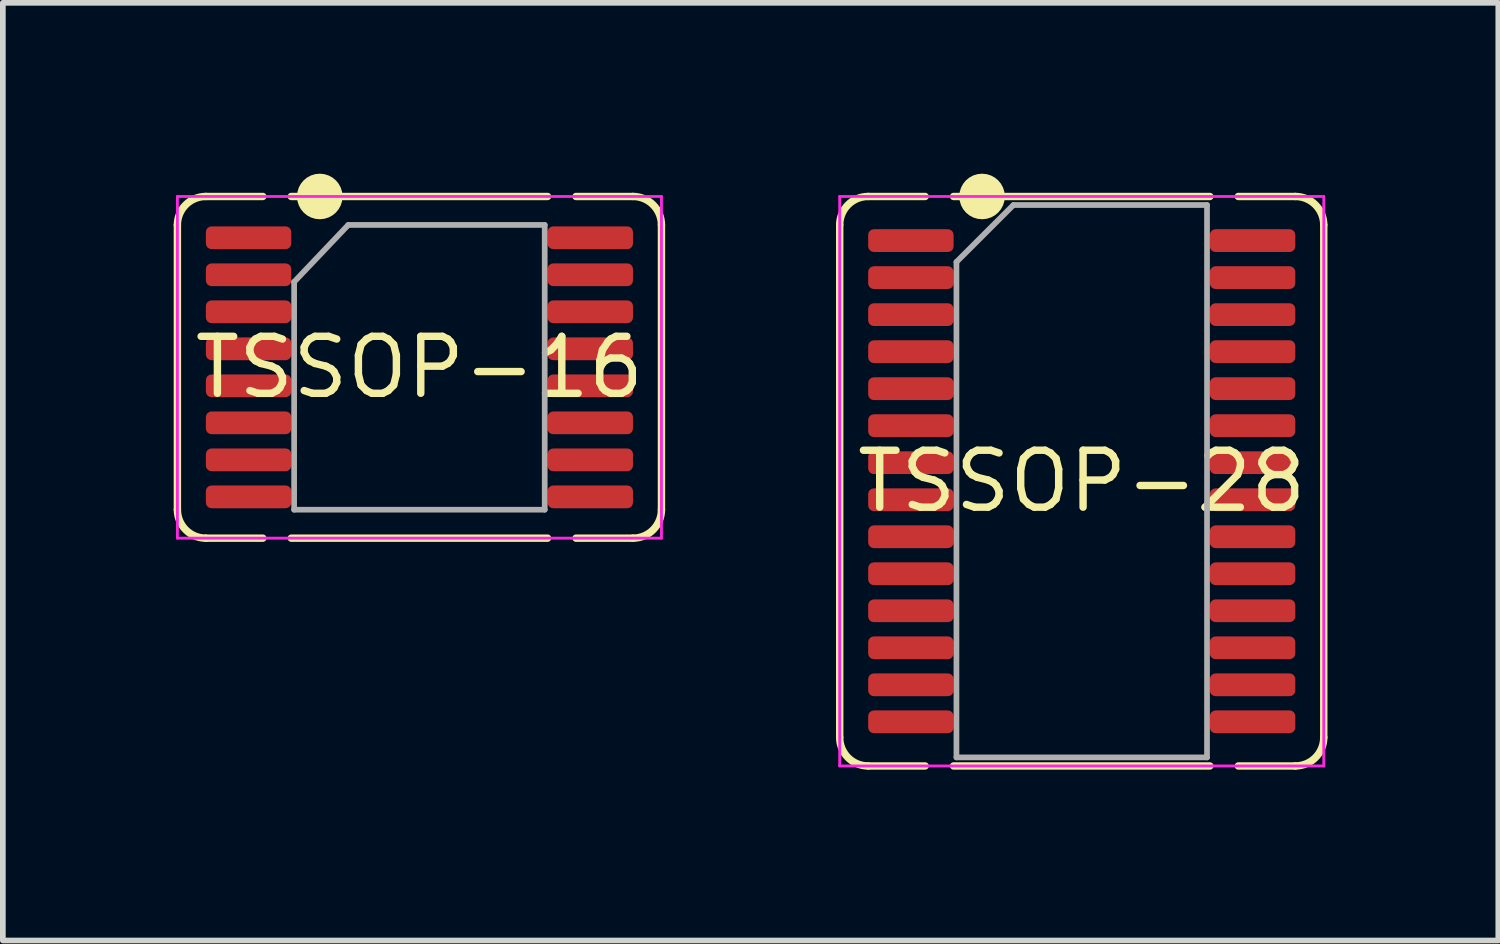
<source format=kicad_pcb>
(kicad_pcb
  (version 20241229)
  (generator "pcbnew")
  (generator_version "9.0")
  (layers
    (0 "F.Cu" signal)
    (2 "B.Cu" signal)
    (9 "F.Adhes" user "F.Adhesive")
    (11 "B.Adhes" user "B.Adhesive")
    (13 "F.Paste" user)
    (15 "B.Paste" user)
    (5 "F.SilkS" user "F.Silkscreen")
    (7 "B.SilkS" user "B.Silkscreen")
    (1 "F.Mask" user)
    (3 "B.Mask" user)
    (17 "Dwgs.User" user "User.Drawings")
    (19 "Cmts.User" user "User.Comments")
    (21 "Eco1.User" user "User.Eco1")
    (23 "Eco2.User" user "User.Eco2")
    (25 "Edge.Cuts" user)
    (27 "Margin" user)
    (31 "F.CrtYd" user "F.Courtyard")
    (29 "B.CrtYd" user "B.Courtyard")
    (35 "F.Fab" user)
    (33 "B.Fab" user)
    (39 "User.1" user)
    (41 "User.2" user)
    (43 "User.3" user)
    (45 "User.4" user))
  (footprint "TSSOP-28"
    (layer "F.Cu")
    (at 15.945 5.4)
    (property "Reference" "TSSOP-28" (at 0 0 0) (layer "F.SilkS") (effects (font (size 1 1) (thickness 0.13))))
    (attr smd)
    (fp_line (start -4.25 4.5) (end -4.25 -4.5) (stroke (width 0.13) (type solid)) (layer "F.SilkS"))
    (fp_line (start -2.75 -5) (end -3.75 -5) (stroke (width 0.13) (type solid)) (layer "F.SilkS"))
    (fp_line (start -2.75 5) (end -3.75 5) (stroke (width 0.13) (type solid)) (layer "F.SilkS"))
    (fp_line (start 2.25 -5) (end -2.25 -5) (stroke (width 0.13) (type solid)) (layer "F.SilkS"))
    (fp_line (start 2.25 5) (end -2.25 5) (stroke (width 0.13) (type solid)) (layer "F.SilkS"))
    (fp_line (start 3.75 -5) (end 2.75 -5) (stroke (width 0.13) (type solid)) (layer "F.SilkS"))
    (fp_line (start 3.75 5) (end 2.75 5) (stroke (width 0.13) (type solid)) (layer "F.SilkS"))
    (fp_line (start 4.25 -4.5) (end 4.25 4.5) (stroke (width 0.13) (type solid)) (layer "F.SilkS"))
    (fp_arc (start -4.25 -4.5) (mid -4.103553 -4.853553) (end -3.75 -5) (stroke (width 0.13) (type solid)) (layer "F.SilkS"))
    (fp_arc (start -3.75 5) (mid -4.103553 4.853553) (end -4.25 4.5) (stroke (width 0.13) (type solid)) (layer "F.SilkS"))
    (fp_arc (start 3.75 -5) (mid 4.103553 -4.853553) (end 4.25 -4.5) (stroke (width 0.13) (type solid)) (layer "F.SilkS"))
    (fp_arc (start 4.25 4.5) (mid 4.103553 4.853553) (end 3.75 5) (stroke (width 0.13) (type solid)) (layer "F.SilkS"))
    (fp_circle (center -1.75 -5) (end -1.55 -5) (stroke (width 0.4) (type solid)) (fill no) (layer "F.SilkS"))
    (fp_line (start -4.25 -5) (end 4.25 -5) (stroke (width 0.05) (type solid)) (layer "F.CrtYd"))
    (fp_line (start -4.25 5) (end -4.25 -5) (stroke (width 0.05) (type solid)) (layer "F.CrtYd"))
    (fp_line (start 4.25 -5) (end 4.25 5) (stroke (width 0.05) (type solid)) (layer "F.CrtYd"))
    (fp_line (start 4.25 5) (end -4.25 5) (stroke (width 0.05) (type solid)) (layer "F.CrtYd"))
    (fp_line (start -2.2 -3.85) (end -1.2 -4.85) (stroke (width 0.1) (type solid)) (layer "F.Fab"))
    (fp_line (start -2.2 4.85) (end -2.2 -3.85) (stroke (width 0.1) (type solid)) (layer "F.Fab"))
    (fp_line (start -1.2 -4.85) (end 2.2 -4.85) (stroke (width 0.1) (type solid)) (layer "F.Fab"))
    (fp_line (start 2.2 -4.85) (end 2.2 4.85) (stroke (width 0.1) (type solid)) (layer "F.Fab"))
    (fp_line (start 2.2 4.85) (end -2.2 4.85) (stroke (width 0.1) (type solid)) (layer "F.Fab"))
    (pad "1" smd roundrect (at -3 -4.225) (size 1.5 0.4) (layers "F.Cu" "F.Mask" "F.Paste") (roundrect_rratio 0.25))
    (pad "2" smd roundrect (at -3 -3.575) (size 1.5 0.4) (layers "F.Cu" "F.Mask" "F.Paste") (roundrect_rratio 0.25))
    (pad "3" smd roundrect (at -3 -2.925) (size 1.5 0.4) (layers "F.Cu" "F.Mask" "F.Paste") (roundrect_rratio 0.25))
    (pad "4" smd roundrect (at -3 -2.275) (size 1.5 0.4) (layers "F.Cu" "F.Mask" "F.Paste") (roundrect_rratio 0.25))
    (pad "5" smd roundrect (at -3 -1.625) (size 1.5 0.4) (layers "F.Cu" "F.Mask" "F.Paste") (roundrect_rratio 0.25))
    (pad "6" smd roundrect (at -3 -0.975) (size 1.5 0.4) (layers "F.Cu" "F.Mask" "F.Paste") (roundrect_rratio 0.25))
    (pad "7" smd roundrect (at -3 -0.325) (size 1.5 0.4) (layers "F.Cu" "F.Mask" "F.Paste") (roundrect_rratio 0.25))
    (pad "8" smd roundrect (at -3 0.325) (size 1.5 0.4) (layers "F.Cu" "F.Mask" "F.Paste") (roundrect_rratio 0.25))
    (pad "9" smd roundrect (at -3 0.975) (size 1.5 0.4) (layers "F.Cu" "F.Mask" "F.Paste") (roundrect_rratio 0.25))
    (pad "10" smd roundrect (at -3 1.625) (size 1.5 0.4) (layers "F.Cu" "F.Mask" "F.Paste") (roundrect_rratio 0.25))
    (pad "11" smd roundrect (at -3 2.275) (size 1.5 0.4) (layers "F.Cu" "F.Mask" "F.Paste") (roundrect_rratio 0.25))
    (pad "12" smd roundrect (at -3 2.925) (size 1.5 0.4) (layers "F.Cu" "F.Mask" "F.Paste") (roundrect_rratio 0.25))
    (pad "13" smd roundrect (at -3 3.575) (size 1.5 0.4) (layers "F.Cu" "F.Mask" "F.Paste") (roundrect_rratio 0.25))
    (pad "14" smd roundrect (at -3 4.225) (size 1.5 0.4) (layers "F.Cu" "F.Mask" "F.Paste") (roundrect_rratio 0.25))
    (pad "15" smd roundrect (at 3 4.225) (size 1.5 0.4) (layers "F.Cu" "F.Mask" "F.Paste") (roundrect_rratio 0.25))
    (pad "16" smd roundrect (at 3 3.575) (size 1.5 0.4) (layers "F.Cu" "F.Mask" "F.Paste") (roundrect_rratio 0.25))
    (pad "17" smd roundrect (at 3 2.925) (size 1.5 0.4) (layers "F.Cu" "F.Mask" "F.Paste") (roundrect_rratio 0.25))
    (pad "18" smd roundrect (at 3 2.275) (size 1.5 0.4) (layers "F.Cu" "F.Mask" "F.Paste") (roundrect_rratio 0.25))
    (pad "19" smd roundrect (at 3 1.625) (size 1.5 0.4) (layers "F.Cu" "F.Mask" "F.Paste") (roundrect_rratio 0.25))
    (pad "20" smd roundrect (at 3 0.975) (size 1.5 0.4) (layers "F.Cu" "F.Mask" "F.Paste") (roundrect_rratio 0.25))
    (pad "21" smd roundrect (at 3 0.325) (size 1.5 0.4) (layers "F.Cu" "F.Mask" "F.Paste") (roundrect_rratio 0.25))
    (pad "22" smd roundrect (at 3 -0.325) (size 1.5 0.4) (layers "F.Cu" "F.Mask" "F.Paste") (roundrect_rratio 0.25))
    (pad "23" smd roundrect (at 3 -0.975) (size 1.5 0.4) (layers "F.Cu" "F.Mask" "F.Paste") (roundrect_rratio 0.25))
    (pad "24" smd roundrect (at 3 -1.625) (size 1.5 0.4) (layers "F.Cu" "F.Mask" "F.Paste") (roundrect_rratio 0.25))
    (pad "25" smd roundrect (at 3 -2.275) (size 1.5 0.4) (layers "F.Cu" "F.Mask" "F.Paste") (roundrect_rratio 0.25))
    (pad "26" smd roundrect (at 3 -2.925) (size 1.5 0.4) (layers "F.Cu" "F.Mask" "F.Paste") (roundrect_rratio 0.25))
    (pad "27" smd roundrect (at 3 -3.575) (size 1.5 0.4) (layers "F.Cu" "F.Mask" "F.Paste") (roundrect_rratio 0.25))
    (pad "28" smd roundrect (at 3 -4.225) (size 1.5 0.4) (layers "F.Cu" "F.Mask" "F.Paste") (roundrect_rratio 0.25)))
  (footprint "TSSOP-16"
    (layer "F.Cu")
    (at 4.315 3.4)
    (property "Reference" "TSSOP-16" (at 0 0 0) (layer "F.SilkS") (effects (font (size 1 1) (thickness 0.13))))
    (attr smd)
    (fp_line (start -4.25 2.5) (end -4.25 -2.5) (stroke (width 0.13) (type solid)) (layer "F.SilkS"))
    (fp_line (start -2.75 -3) (end -3.75 -3) (stroke (width 0.13) (type solid)) (layer "F.SilkS"))
    (fp_line (start -2.75 3) (end -3.75 3) (stroke (width 0.13) (type solid)) (layer "F.SilkS"))
    (fp_line (start 2.25 -3) (end -2.25 -3) (stroke (width 0.13) (type solid)) (layer "F.SilkS"))
    (fp_line (start 2.25 3) (end -2.25 3) (stroke (width 0.13) (type solid)) (layer "F.SilkS"))
    (fp_line (start 3.75 -3) (end 2.75 -3) (stroke (width 0.13) (type solid)) (layer "F.SilkS"))
    (fp_line (start 3.75 3) (end 2.75 3) (stroke (width 0.13) (type solid)) (layer "F.SilkS"))
    (fp_line (start 4.25 -2.5) (end 4.25 2.5) (stroke (width 0.13) (type solid)) (layer "F.SilkS"))
    (fp_arc (start -4.25 -2.5) (mid -4.103553 -2.853553) (end -3.75 -3) (stroke (width 0.13) (type solid)) (layer "F.SilkS"))
    (fp_arc (start -3.75 3) (mid -4.103553 2.853553) (end -4.25 2.5) (stroke (width 0.13) (type solid)) (layer "F.SilkS"))
    (fp_arc (start 3.75 -3) (mid 4.103553 -2.853553) (end 4.25 -2.5) (stroke (width 0.13) (type solid)) (layer "F.SilkS"))
    (fp_arc (start 4.25 2.5) (mid 4.103553 2.853553) (end 3.75 3) (stroke (width 0.13) (type solid)) (layer "F.SilkS"))
    (fp_circle (center -1.75 -3) (end -1.55 -3) (stroke (width 0.4) (type solid)) (fill no) (layer "F.SilkS"))
    (fp_line (start -4.25 -3) (end 4.25 -3) (stroke (width 0.05) (type solid)) (layer "F.CrtYd"))
    (fp_line (start -4.25 3) (end -4.25 -3) (stroke (width 0.05) (type solid)) (layer "F.CrtYd"))
    (fp_line (start 4.25 -3) (end 4.25 3) (stroke (width 0.05) (type solid)) (layer "F.CrtYd"))
    (fp_line (start 4.25 3) (end -4.25 3) (stroke (width 0.05) (type solid)) (layer "F.CrtYd"))
    (fp_line (start -2.2 -1.5) (end -1.25 -2.5) (stroke (width 0.1) (type solid)) (layer "F.Fab"))
    (fp_line (start -2.2 2.5) (end -2.2 -1.5) (stroke (width 0.1) (type solid)) (layer "F.Fab"))
    (fp_line (start -1.25 -2.5) (end 2.2 -2.5) (stroke (width 0.1) (type solid)) (layer "F.Fab"))
    (fp_line (start 2.2 -2.5) (end 2.2 2.5) (stroke (width 0.1) (type solid)) (layer "F.Fab"))
    (fp_line (start 2.2 2.5) (end -2.2 2.5) (stroke (width 0.1) (type solid)) (layer "F.Fab"))
    (pad "1" smd roundrect (at -3 -2.275) (size 1.5 0.4) (layers "F.Cu" "F.Mask" "F.Paste") (roundrect_rratio 0.25))
    (pad "2" smd roundrect (at -3 -1.625) (size 1.5 0.4) (layers "F.Cu" "F.Mask" "F.Paste") (roundrect_rratio 0.25))
    (pad "3" smd roundrect (at -3 -0.975) (size 1.5 0.4) (layers "F.Cu" "F.Mask" "F.Paste") (roundrect_rratio 0.25))
    (pad "4" smd roundrect (at -3 -0.325) (size 1.5 0.4) (layers "F.Cu" "F.Mask" "F.Paste") (roundrect_rratio 0.25))
    (pad "5" smd roundrect (at -3 0.325) (size 1.5 0.4) (layers "F.Cu" "F.Mask" "F.Paste") (roundrect_rratio 0.25))
    (pad "6" smd roundrect (at -3 0.975) (size 1.5 0.4) (layers "F.Cu" "F.Mask" "F.Paste") (roundrect_rratio 0.25))
    (pad "7" smd roundrect (at -3 1.625) (size 1.5 0.4) (layers "F.Cu" "F.Mask" "F.Paste") (roundrect_rratio 0.25))
    (pad "8" smd roundrect (at -3 2.275) (size 1.5 0.4) (layers "F.Cu" "F.Mask" "F.Paste") (roundrect_rratio 0.25))
    (pad "9" smd roundrect (at 3 2.275) (size 1.5 0.4) (layers "F.Cu" "F.Mask" "F.Paste") (roundrect_rratio 0.25))
    (pad "10" smd roundrect (at 3 1.625) (size 1.5 0.4) (layers "F.Cu" "F.Mask" "F.Paste") (roundrect_rratio 0.25))
    (pad "11" smd roundrect (at 3 0.975) (size 1.5 0.4) (layers "F.Cu" "F.Mask" "F.Paste") (roundrect_rratio 0.25))
    (pad "12" smd roundrect (at 3 0.325) (size 1.5 0.4) (layers "F.Cu" "F.Mask" "F.Paste") (roundrect_rratio 0.25))
    (pad "13" smd roundrect (at 3 -0.325) (size 1.5 0.4) (layers "F.Cu" "F.Mask" "F.Paste") (roundrect_rratio 0.25))
    (pad "14" smd roundrect (at 3 -0.975) (size 1.5 0.4) (layers "F.Cu" "F.Mask" "F.Paste") (roundrect_rratio 0.25))
    (pad "15" smd roundrect (at 3 -1.625) (size 1.5 0.4) (layers "F.Cu" "F.Mask" "F.Paste") (roundrect_rratio 0.25))
    (pad "16" smd roundrect (at 3 -2.275) (size 1.5 0.4) (layers "F.Cu" "F.Mask" "F.Paste") (roundrect_rratio 0.25)))
  (gr_rect
    (start -3 -3)
    (end 23.26 13.465)
    (stroke (width 0.1) (type default))
    (fill no)
    (layer "Edge.Cuts")))
</source>
